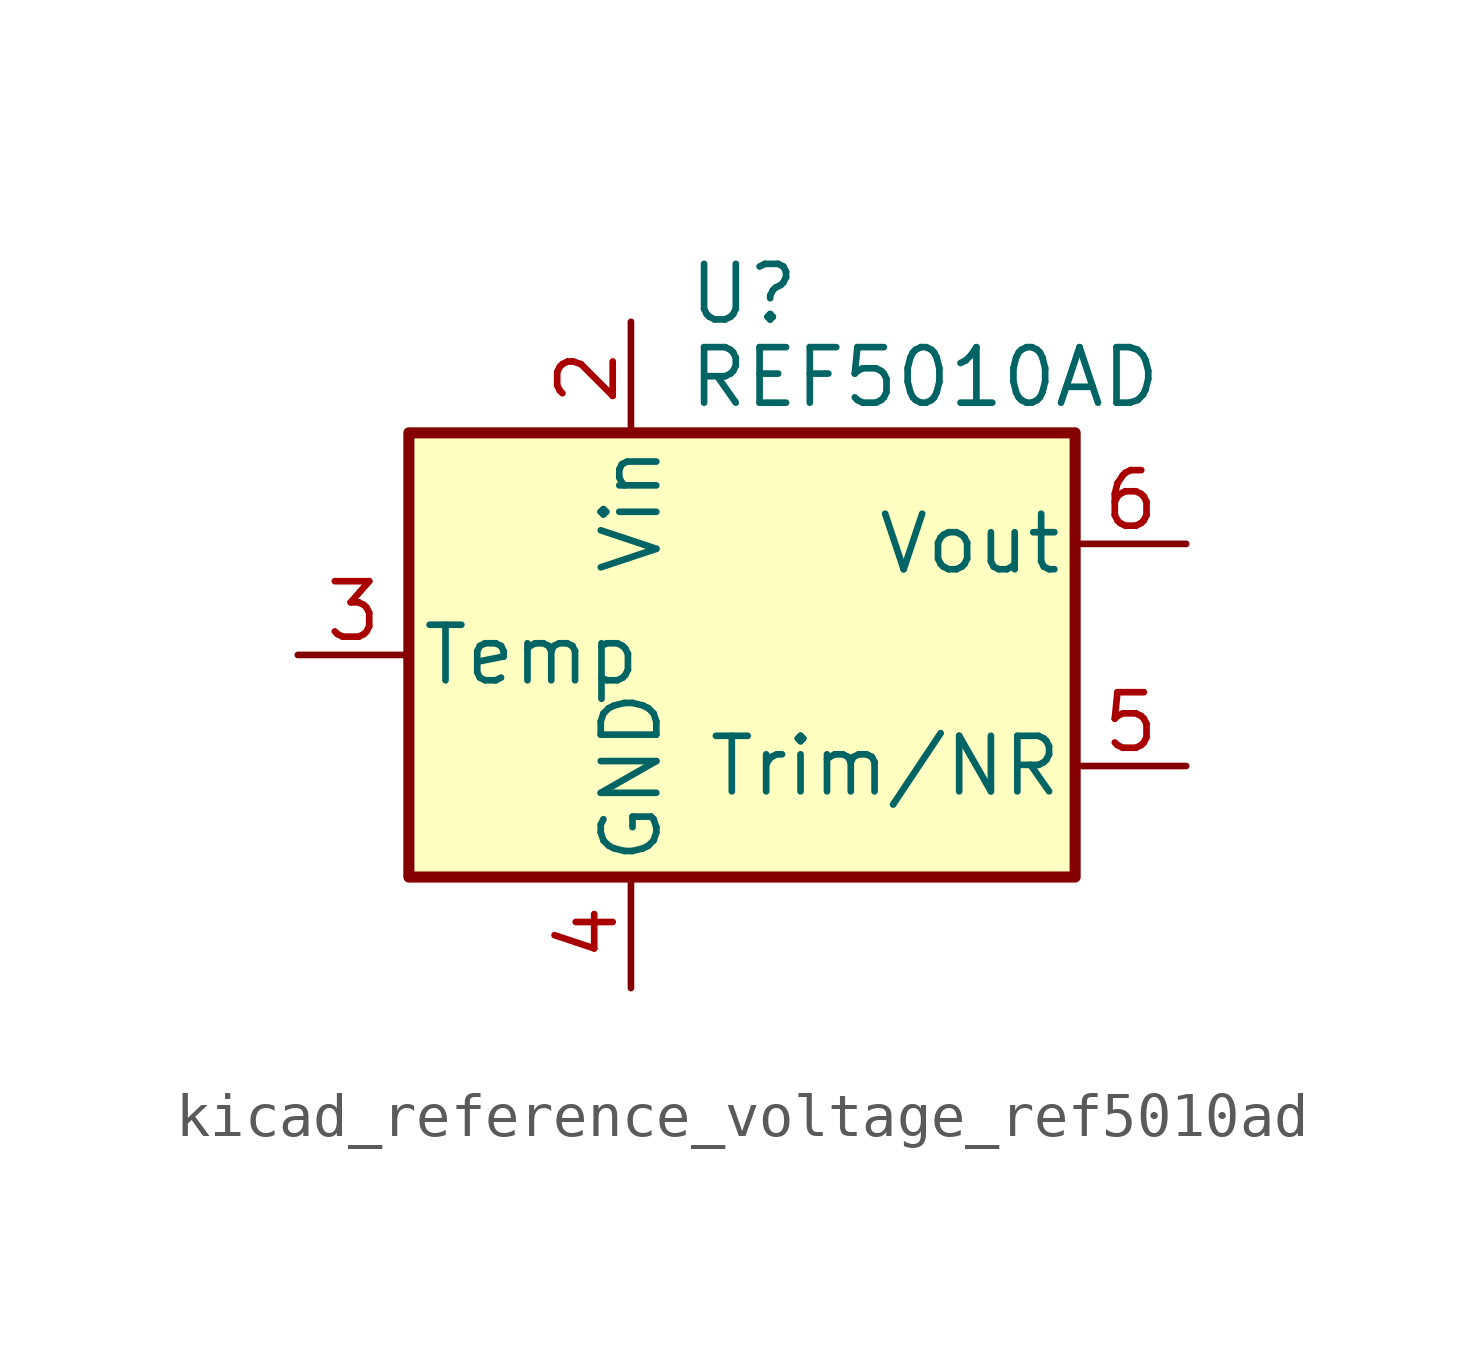
<source format=kicad_sym>
(kicad_symbol_lib
  (version 20220914)
  (generator kicad_symbol_editor)
  (symbol "kicad_reference_voltage_ref5010ad"
    (pin_names
      (offset 0.254))
    (property "Reference" "U"
      (at -1.27 8.255 0)
      (effects (font (size 1.27 1.27)) (justify left)))
    (property "Value" "REF5010AD"
      (at -1.27 6.35 0)
      (effects (font (size 1.27 1.27)) (justify left)))
    (symbol "kicad_reference_voltage_ref5010ad_0_1"
      (rectangle (start -7.62 5.08) (end 7.62 -5.08) (stroke (width 0.254) (type default)) (fill (type background))))
    (symbol "kicad_reference_voltage_ref5010ad_1_1"
      (pin no_connect line (at -7.62 2.54 0) (length 2.54) hide (name "DNC" (effects (font (size 1.27 1.27)))) (number "1" (effects (font (size 1.27 1.27)))))
      (pin power_in line (at -2.54 7.62 270) (length 2.54) (name "Vin" (effects (font (size 1.27 1.27)))) (number "2" (effects (font (size 1.27 1.27)))))
      (pin passive line (at -10.16 0 0) (length 2.54) (name "Temp" (effects (font (size 1.27 1.27)))) (number "3" (effects (font (size 1.27 1.27)))))
      (pin power_in line (at -2.54 -7.62 90) (length 2.54) (name "GND" (effects (font (size 1.27 1.27)))) (number "4" (effects (font (size 1.27 1.27)))))
      (pin passive line (at 10.16 -2.54 180) (length 2.54) (name "Trim/NR" (effects (font (size 1.27 1.27)))) (number "5" (effects (font (size 1.27 1.27)))))
      (pin power_out line (at 10.16 2.54 180) (length 2.54) (name "Vout" (effects (font (size 1.27 1.27)))) (number "6" (effects (font (size 1.27 1.27)))))
      (pin no_connect line (at -5.08 -5.08 90) (length 2.54) hide (name "NC" (effects (font (size 1.27 1.27)))) (number "7" (effects (font (size 1.27 1.27)))))
      (pin no_connect line (at 7.62 0 180) (length 2.54) hide (name "DNC" (effects (font (size 1.27 1.27)))) (number "8" (effects (font (size 1.27 1.27))))))))
</source>
